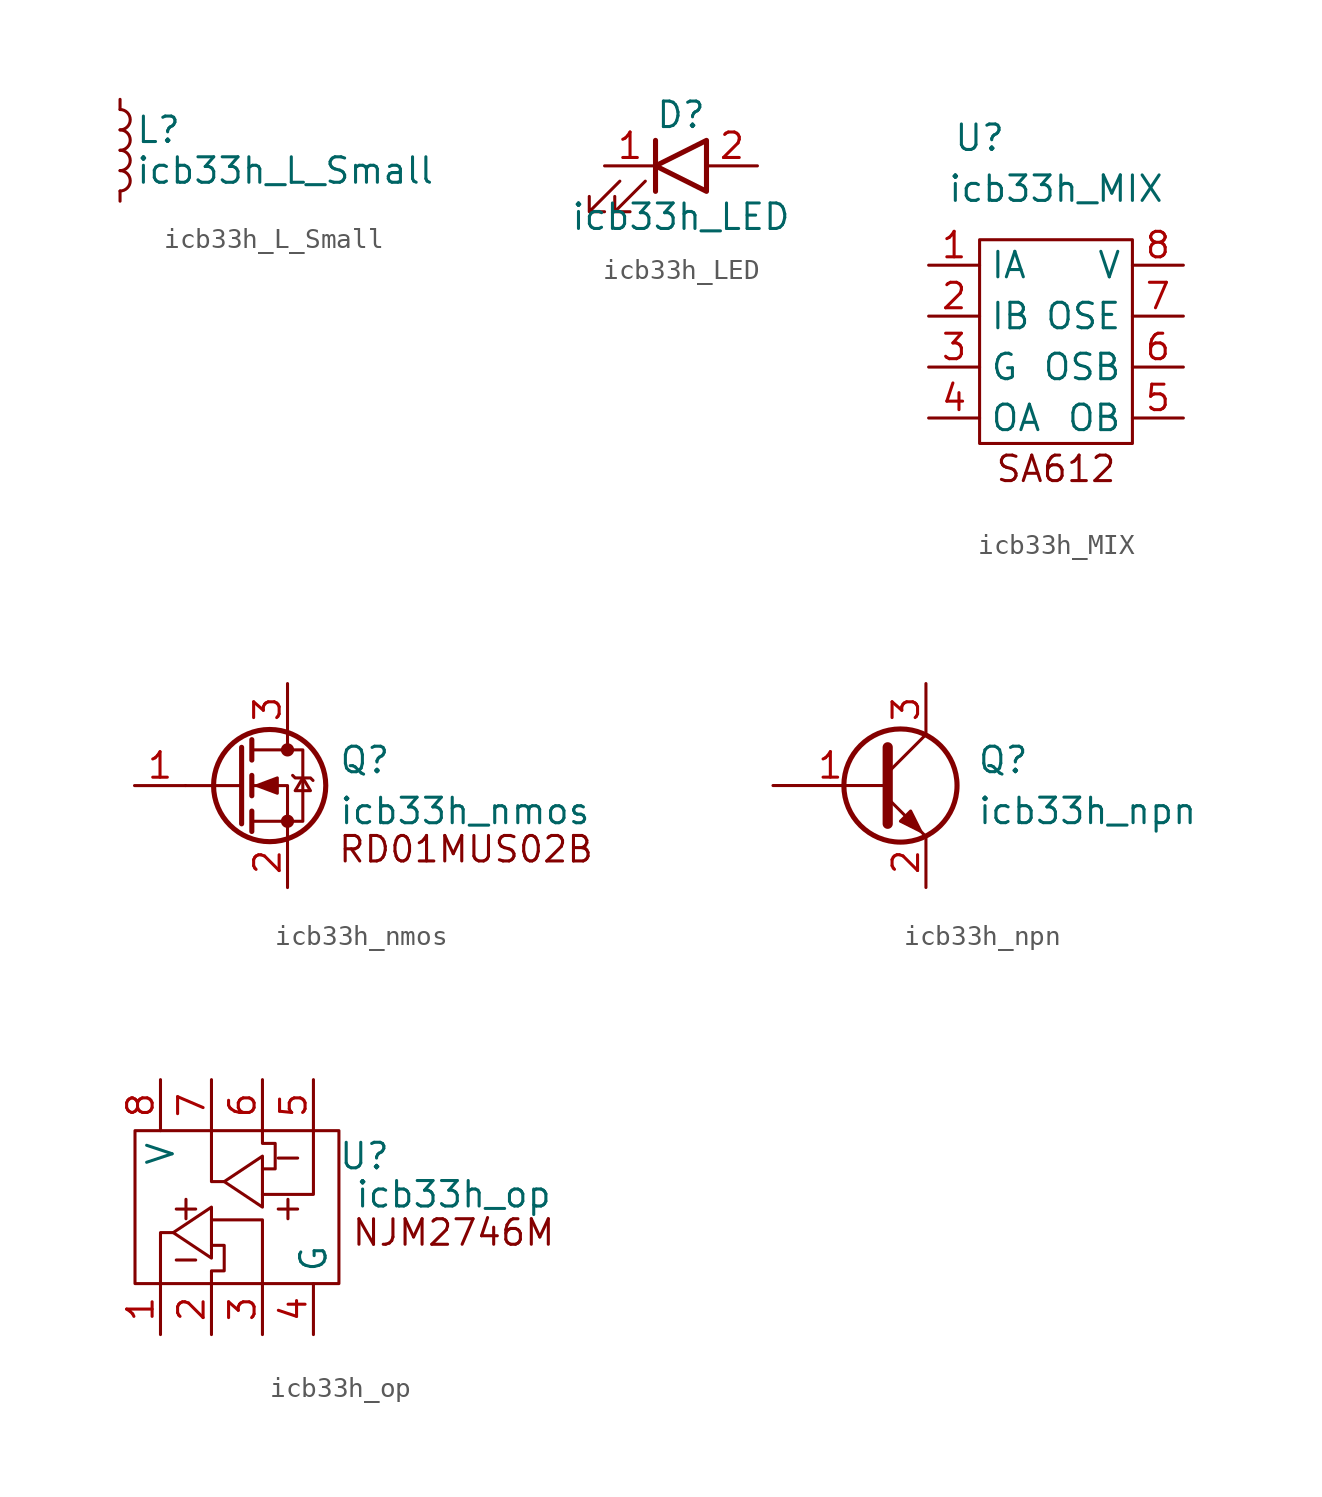
<source format=kicad_sym>
(kicad_symbol_lib
  (version 20211014)
  (generator kicad_symbol_editor)
  (symbol "icb33h_L_Small"
    (pin_numbers hide)
    (pin_names
      (offset 0.254) hide)
    (property "Reference" "L"
      (at 0.762 1.016 0)
      (effects (font (size 1.27 1.27)) (justify left)))
    (property "Value" "icb33h_L_Small"
      (at 0.762 -1.016 0)
      (effects (font (size 1.27 1.27)) (justify left)))
    (symbol "icb33h_L_Small_0_1"
      (arc (start 0 -2.032) (mid 0.508 -1.524) (end 0 -1.016) (stroke (width 0) (type default) (color 0 0 0 0)) (fill (type none)))
      (arc (start 0 -1.016) (mid 0.508 -0.508) (end 0 0) (stroke (width 0) (type default) (color 0 0 0 0)) (fill (type none)))
      (arc (start 0 0) (mid 0.508 0.508) (end 0 1.016) (stroke (width 0) (type default) (color 0 0 0 0)) (fill (type none)))
      (arc (start 0 1.016) (mid 0.508 1.524) (end 0 2.032) (stroke (width 0) (type default) (color 0 0 0 0)) (fill (type none))))
    (symbol "icb33h_L_Small_1_1"
      (pin passive line (at 0 2.54 270) (length 0.508) (name "~" (effects (font (size 1.27 1.27)))) (number "1" (effects (font (size 1.27 1.27)))))
      (pin passive line (at 0 -2.54 90) (length 0.508) (name "~" (effects (font (size 1.27 1.27)))) (number "2" (effects (font (size 1.27 1.27)))))))
  (symbol "icb33h_LED"
    (pin_names
      (offset 1.016) hide)
    (property "Reference" "D"
      (at 0 2.54 0)
      (effects (font (size 1.27 1.27))))
    (property "Value" "icb33h_LED"
      (at 0 -2.54 0)
      (effects (font (size 1.27 1.27))))
    (symbol "icb33h_LED_0_1"
      (polyline (pts (xy -1.27 -1.27) (xy -1.27 1.27)) (stroke (width 0.254) (type default) (color 0 0 0 0)) (fill (type none)))
      (polyline (pts (xy 1.27 -1.27) (xy 1.27 1.27) (xy -1.27 0) (xy 1.27 -1.27)) (stroke (width 0.254) (type default) (color 0 0 0 0)) (fill (type none)))
      (polyline (pts (xy -3.048 -0.762) (xy -4.572 -2.286) (xy -3.81 -2.286) (xy -4.572 -2.286) (xy -4.572 -1.524)) (stroke (width 0) (type default) (color 0 0 0 0)) (fill (type none)))
      (polyline (pts (xy -1.778 -0.762) (xy -3.302 -2.286) (xy -2.54 -2.286) (xy -3.302 -2.286) (xy -3.302 -1.524)) (stroke (width 0) (type default) (color 0 0 0 0)) (fill (type none))))
    (symbol "icb33h_LED_1_1"
      (pin passive line (at -3.81 0 0) (length 2.54) (name "K" (effects (font (size 1.27 1.27)))) (number "1" (effects (font (size 1.27 1.27)))))
      (pin passive line (at 3.81 0 180) (length 2.54) (name "A" (effects (font (size 1.27 1.27)))) (number "2" (effects (font (size 1.27 1.27)))))))
  (symbol "icb33h_MIX"
    (property "Reference" "U"
      (at -5.08 11.43 0)
      (effects (font (size 1.27 1.27))))
    (property "Value" "icb33h_MIX"
      (at -1.27 8.89 0)
      (effects (font (size 1.27 1.27))))
    (symbol "icb33h_MIX_0_0"
      (rectangle (start -5.08 6.35) (end 2.54 -3.81) (stroke (width 0) (type default) (color 0 0 0 0)) (fill (type none)))
      (text "SA612" (at -1.27 -5.08 0) (effects (font (size 1.27 1.27)))))
    (symbol "icb33h_MIX_1_1"
      (pin passive line (at -7.62 5.08 0) (length 2.54) (name "IA" (effects (font (size 1.27 1.27)))) (number "1" (effects (font (size 1.27 1.27)))))
      (pin passive line (at -7.62 2.54 0) (length 2.54) (name "IB" (effects (font (size 1.27 1.27)))) (number "2" (effects (font (size 1.27 1.27)))))
      (pin passive line (at -7.62 0 0) (length 2.54) (name "G" (effects (font (size 1.27 1.27)))) (number "3" (effects (font (size 1.27 1.27)))))
      (pin passive line (at -7.62 -2.54 0) (length 2.54) (name "OA" (effects (font (size 1.27 1.27)))) (number "4" (effects (font (size 1.27 1.27)))))
      (pin passive line (at 5.08 -2.54 180) (length 2.54) (name "OB" (effects (font (size 1.27 1.27)))) (number "5" (effects (font (size 1.27 1.27)))))
      (pin passive line (at 5.08 0 180) (length 2.54) (name "OSB" (effects (font (size 1.27 1.27)))) (number "6" (effects (font (size 1.27 1.27)))))
      (pin passive line (at 5.08 2.54 180) (length 2.54) (name "OSE" (effects (font (size 1.27 1.27)))) (number "7" (effects (font (size 1.27 1.27)))))
      (pin passive line (at 5.08 5.08 180) (length 2.54) (name "V" (effects (font (size 1.27 1.27)))) (number "8" (effects (font (size 1.27 1.27)))))))
  (symbol "icb33h_nmos"
    (pin_names
      (offset 0) hide)
    (property "Reference" "Q"
      (at 5.08 1.27 0)
      (effects (font (size 1.27 1.27)) (justify left)))
    (property "Value" "icb33h_nmos"
      (at 5.08 -1.27 0)
      (effects (font (size 1.27 1.27)) (justify left)))
    (symbol "icb33h_nmos_0_0"
      (text "RD01MUS02B" (at 11.43 -3.175 0) (effects (font (size 1.27 1.27)))))
    (symbol "icb33h_nmos_0_1"
      (polyline (pts (xy 0.254 0) (xy -2.54 0)) (stroke (width 0) (type default) (color 0 0 0 0)) (fill (type none)))
      (polyline (pts (xy 0.254 1.905) (xy 0.254 -1.905)) (stroke (width 0.254) (type default) (color 0 0 0 0)) (fill (type none)))
      (polyline (pts (xy 0.762 -1.27) (xy 0.762 -2.286)) (stroke (width 0.254) (type default) (color 0 0 0 0)) (fill (type none)))
      (polyline (pts (xy 0.762 0.508) (xy 0.762 -0.508)) (stroke (width 0.254) (type default) (color 0 0 0 0)) (fill (type none)))
      (polyline (pts (xy 0.762 2.286) (xy 0.762 1.27)) (stroke (width 0.254) (type default) (color 0 0 0 0)) (fill (type none)))
      (polyline (pts (xy 2.54 2.54) (xy 2.54 1.778)) (stroke (width 0) (type default) (color 0 0 0 0)) (fill (type none)))
      (polyline (pts (xy 2.54 -2.54) (xy 2.54 0) (xy 0.762 0)) (stroke (width 0) (type default) (color 0 0 0 0)) (fill (type none)))
      (polyline (pts (xy 0.762 -1.778) (xy 3.302 -1.778) (xy 3.302 1.778) (xy 0.762 1.778)) (stroke (width 0) (type default) (color 0 0 0 0)) (fill (type none)))
      (polyline (pts (xy 1.016 0) (xy 2.032 0.381) (xy 2.032 -0.381) (xy 1.016 0)) (stroke (width 0) (type default) (color 0 0 0 0)) (fill (type outline)))
      (polyline (pts (xy 2.794 0.508) (xy 2.921 0.381) (xy 3.683 0.381) (xy 3.81 0.254)) (stroke (width 0) (type default) (color 0 0 0 0)) (fill (type none)))
      (polyline (pts (xy 3.302 0.381) (xy 2.921 -0.254) (xy 3.683 -0.254) (xy 3.302 0.381)) (stroke (width 0) (type default) (color 0 0 0 0)) (fill (type none)))
      (circle (center 1.651 0) (radius 2.794) (stroke (width 0.254) (type default) (color 0 0 0 0)) (fill (type none)))
      (circle (center 2.54 -1.778) (radius 0.254) (stroke (width 0) (type default) (color 0 0 0 0)) (fill (type outline)))
      (circle (center 2.54 1.778) (radius 0.254) (stroke (width 0) (type default) (color 0 0 0 0)) (fill (type outline))))
    (symbol "icb33h_nmos_1_1"
      (pin passive line (at -5.08 0 0) (length 2.54) (name "G" (effects (font (size 1.27 1.27)))) (number "1" (effects (font (size 1.27 1.27)))))
      (pin passive line (at 2.54 -5.08 90) (length 2.54) (name "S" (effects (font (size 1.27 1.27)))) (number "2" (effects (font (size 1.27 1.27)))))
      (pin passive line (at 2.54 5.08 270) (length 2.54) (name "D" (effects (font (size 1.27 1.27)))) (number "3" (effects (font (size 1.27 1.27)))))))
  (symbol "icb33h_npn"
    (pin_names
      (offset 0) hide)
    (property "Reference" "Q"
      (at 5.08 1.27 0)
      (effects (font (size 1.27 1.27)) (justify left)))
    (property "Value" "icb33h_npn"
      (at 5.08 -1.27 0)
      (effects (font (size 1.27 1.27)) (justify left)))
    (symbol "icb33h_npn_0_1"
      (polyline (pts (xy 0.635 0.635) (xy 2.54 2.54)) (stroke (width 0) (type default) (color 0 0 0 0)) (fill (type none)))
      (polyline (pts (xy 0.635 -0.635) (xy 2.54 -2.54) (xy 2.54 -2.54)) (stroke (width 0) (type default) (color 0 0 0 0)) (fill (type none)))
      (polyline (pts (xy 0.635 1.905) (xy 0.635 -1.905) (xy 0.635 -1.905)) (stroke (width 0.508) (type default) (color 0 0 0 0)) (fill (type none)))
      (polyline (pts (xy 1.27 -1.778) (xy 1.778 -1.27) (xy 2.286 -2.286) (xy 1.27 -1.778) (xy 1.27 -1.778)) (stroke (width 0) (type default) (color 0 0 0 0)) (fill (type outline)))
      (circle (center 1.27 0) (radius 2.819) (stroke (width 0.254) (type default) (color 0 0 0 0)) (fill (type none))))
    (symbol "icb33h_npn_1_1"
      (pin passive line (at -5.08 0 0) (length 5.715) (name "B" (effects (font (size 1.27 1.27)))) (number "1" (effects (font (size 1.27 1.27)))))
      (pin passive line (at 2.54 -5.08 90) (length 2.54) (name "E" (effects (font (size 1.27 1.27)))) (number "2" (effects (font (size 1.27 1.27)))))
      (pin passive line (at 2.54 5.08 270) (length 2.54) (name "C" (effects (font (size 1.27 1.27)))) (number "3" (effects (font (size 1.27 1.27)))))))
  (symbol "icb33h_op"
    (property "Reference" "U"
      (at 6.35 3.81 0)
      (effects (font (size 1.27 1.27))))
    (property "Value" "icb33h_op"
      (at 10.795 1.905 0)
      (effects (font (size 1.27 1.27))))
    (symbol "icb33h_op_0_0"
      (polyline (pts (xy -3.175 0) (xy -3.81 0) (xy -3.81 -2.54)) (stroke (width 0) (type default) (color 0 0 0 0)) (fill (type none)))
      (polyline (pts (xy -0.635 2.54) (xy -1.27 2.54) (xy -1.27 5.08)) (stroke (width 0) (type default) (color 0 0 0 0)) (fill (type none)))
      (polyline (pts (xy 1.27 -2.54) (xy 1.27 0.635) (xy -1.27 0.635)) (stroke (width 0) (type default) (color 0 0 0 0)) (fill (type none)))
      (polyline (pts (xy 3.81 5.08) (xy 3.81 1.905) (xy 1.27 1.905)) (stroke (width 0) (type default) (color 0 0 0 0)) (fill (type none)))
      (polyline (pts (xy -1.27 1.27) (xy -1.27 -1.27) (xy -3.175 0) (xy -1.27 1.27)) (stroke (width 0) (type default) (color 0 0 0 0)) (fill (type none)))
      (polyline (pts (xy 1.27 3.81) (xy 1.27 1.27) (xy -0.635 2.54) (xy 1.27 3.81)) (stroke (width 0) (type default) (color 0 0 0 0)) (fill (type none)))
      (polyline (pts (xy -1.27 -2.54) (xy -1.27 -1.905) (xy -0.635 -1.905) (xy -0.635 -0.635) (xy -1.27 -0.635)) (stroke (width 0) (type default) (color 0 0 0 0)) (fill (type none)))
      (polyline (pts (xy 1.27 5.08) (xy 1.27 4.445) (xy 1.905 4.445) (xy 1.905 3.175) (xy 1.27 3.175)) (stroke (width 0) (type default) (color 0 0 0 0)) (fill (type none)))
      (rectangle (start 5.08 -2.54) (end -5.08 5.08) (stroke (width 0) (type default) (color 0 0 0 0)) (fill (type none)))
      (text "+" (at -2.54 1.27 0) (effects (font (size 1.27 1.27))))
      (text "+" (at 2.54 1.27 0) (effects (font (size 1.27 1.27))))
      (text "-" (at -2.54 -1.27 0) (effects (font (size 1.27 1.27))))
      (text "-" (at 2.54 3.81 0) (effects (font (size 1.27 1.27))))
      (text "NJM2746M" (at 10.795 0 0) (effects (font (size 1.27 1.27)))))
    (symbol "icb33h_op_1_1"
      (pin passive line (at -3.81 -5.08 90) (length 2.54) (name "" (effects (font (size 1.27 1.27)))) (number "1" (effects (font (size 1.27 1.27)))))
      (pin passive line (at -1.27 -5.08 90) (length 2.54) (name "" (effects (font (size 1.27 1.27)))) (number "2" (effects (font (size 1.27 1.27)))))
      (pin passive line (at 1.27 -5.08 90) (length 2.54) (name "" (effects (font (size 1.27 1.27)))) (number "3" (effects (font (size 1.27 1.27)))))
      (pin passive line (at 3.81 -5.08 90) (length 2.54) (name "G" (effects (font (size 1.27 1.27)))) (number "4" (effects (font (size 1.27 1.27)))))
      (pin passive line (at 3.81 7.62 270) (length 2.54) (name "" (effects (font (size 1.27 1.27)))) (number "5" (effects (font (size 1.27 1.27)))))
      (pin passive line (at 1.27 7.62 270) (length 2.54) (name "" (effects (font (size 1.27 1.27)))) (number "6" (effects (font (size 1.27 1.27)))))
      (pin passive line (at -1.27 7.62 270) (length 2.54) (name "" (effects (font (size 1.27 1.27)))) (number "7" (effects (font (size 1.27 1.27)))))
      (pin passive line (at -3.81 7.62 270) (length 2.54) (name "V" (effects (font (size 1.27 1.27)))) (number "8" (effects (font (size 1.27 1.27))))))))
</source>
